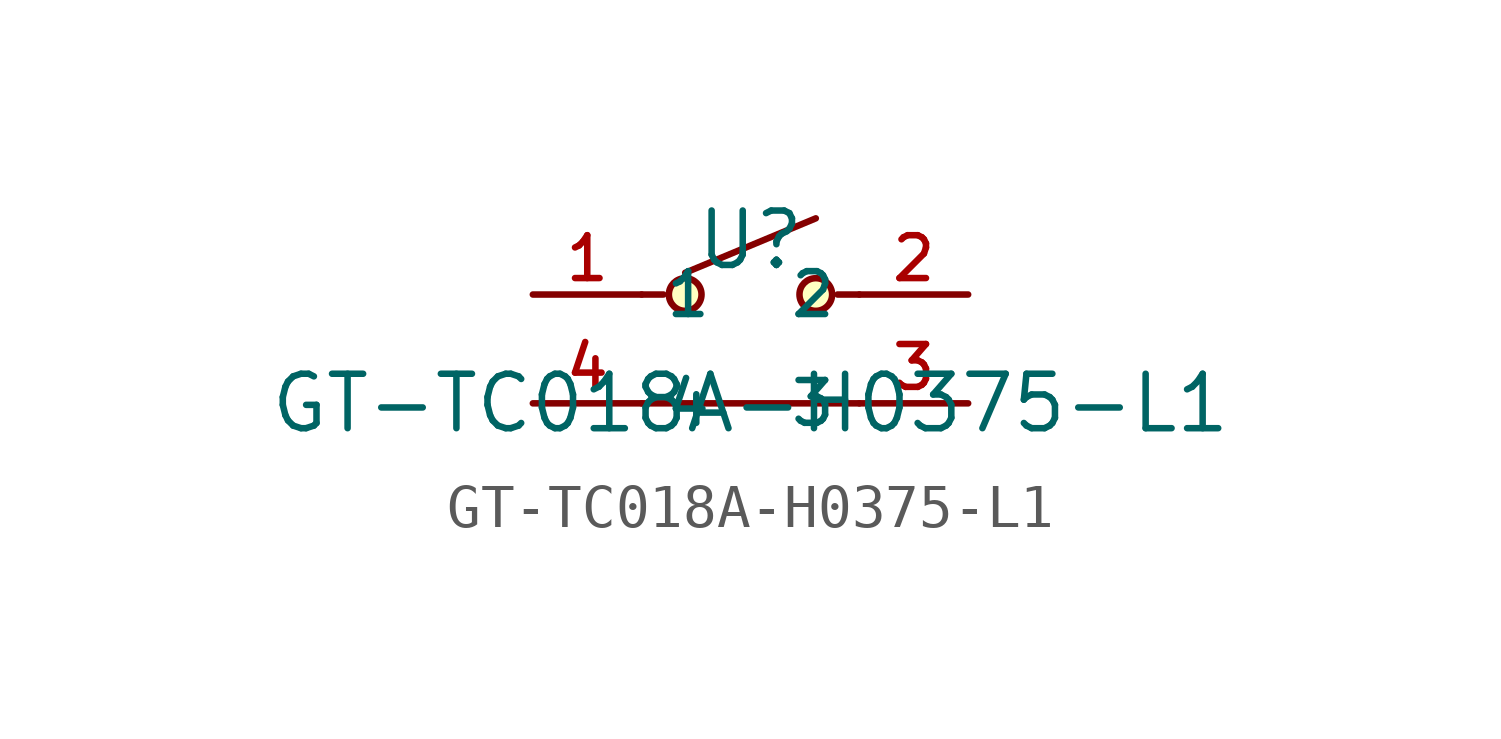
<source format=kicad_sym>
(kicad_symbol_lib
  (version 20210201)
  (generator TousstNicolas/JLC2KiCad_lib)
  (symbol "GT-TC018A-H0375-L1"
    (property "Reference" "U"
      (at 0 1.27 0)
      (effects (font (size 1.27 1.27))))
    (property "Value" "GT-TC018A-H0375-L1"
      (at 0 -2.54 0)
      (effects (font (size 1.27 1.27))))
    (symbol "GT-TC018A-H0375-L1_0_1"
      (polyline (pts (xy -2.54 -2.54) (xy 2.54 -2.54)) (stroke (width 0) (type default) (color 0 0 0 0)) (fill (type none)))
      (circle (center -1.524 -0.0) (radius 0.381) (stroke (width 0) (type default) (color 0 0 0 0)) (fill (type background)))
      (circle (center 1.524 -0.0) (radius 0.381) (stroke (width 0) (type default) (color 0 0 0 0)) (fill (type background)))
      (polyline (pts (xy 2.032 -0.0) (xy 2.54 -0.0)) (stroke (width 0) (type default) (color 0 0 0 0)) (fill (type none)))
      (polyline (pts (xy -2.032 -0.0) (xy -2.54 -0.0)) (stroke (width 0) (type default) (color 0 0 0 0)) (fill (type none)))
      (polyline (pts (xy -1.524 0.508) (xy 1.524 1.778)) (stroke (width 0) (type default) (color 0 0 0 0)) (fill (type none)))
      (pin unspecified line (at -5.08 -0.0 0) (length 2.54) (name "1" (effects (font (size 1 1)))) (number "1" (effects (font (size 1 1)))))
      (pin unspecified line (at 5.08 -0.0 180) (length 2.54) (name "2" (effects (font (size 1 1)))) (number "2" (effects (font (size 1 1)))))
      (pin unspecified line (at 5.08 -2.54 180) (length 2.54) (name "3" (effects (font (size 1 1)))) (number "3" (effects (font (size 1 1)))))
      (pin unspecified line (at -5.08 -2.54 0) (length 2.54) (name "4" (effects (font (size 1 1)))) (number "4" (effects (font (size 1 1))))))))
</source>
